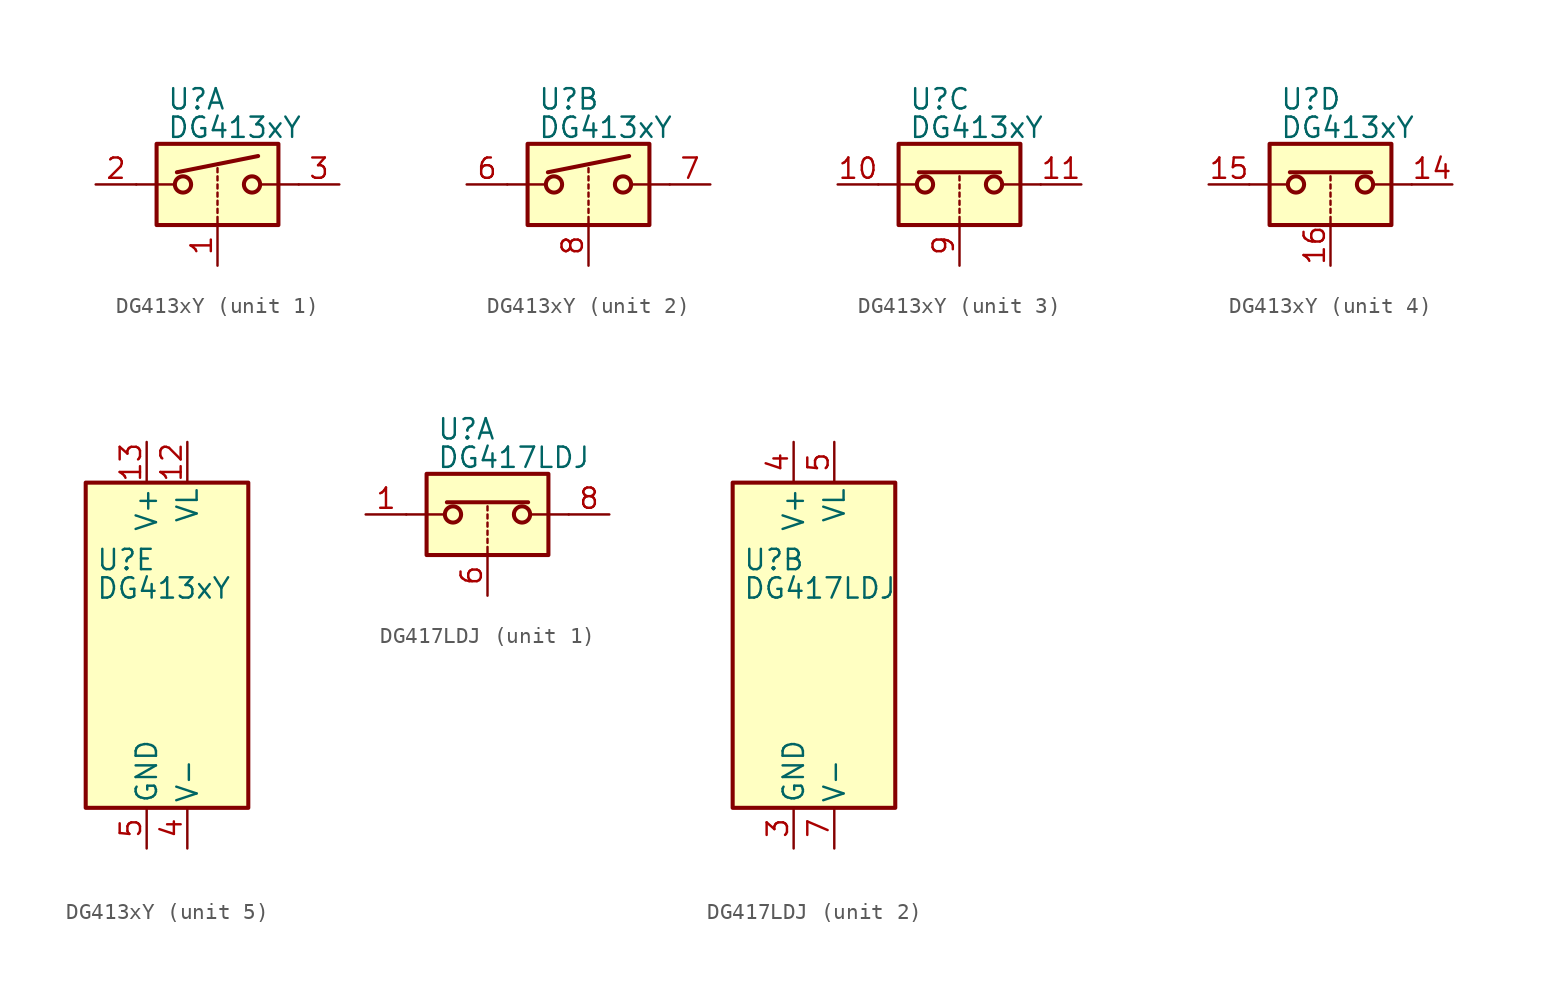
<source format=kicad_sym>
(kicad_symbol_lib
  (version 20200908)
  (generator kicad_symbol_editor)
  (symbol "Analog_Switch:DG413xY"
    (pin_names
      (offset 0.254))
    (property "Reference" "U"
      (at -3.175 5.334 0)
      (effects (font (size 1.27 1.27)) (justify left)))
    (property "Value" "DG413xY"
      (at -3.175 3.556 0)
      (effects (font (size 1.27 1.27)) (justify left)))
    (symbol "DG413xY_1_1"
      (circle (center -2.159 0) (radius 0.508) (stroke (width 0.254)) (fill (type none)))
      (circle (center 2.159 0) (radius 0.508) (stroke (width 0.254)) (fill (type none)))
      (rectangle (start -3.81 2.54) (end 3.81 -2.54) (stroke (width 0.254)) (fill (type background)))
      (polyline (pts (xy -5.08 0) (xy -2.794 0)) (stroke (width 0)) (fill (type none)))
      (polyline (pts (xy -2.54 0.762) (xy 2.54 1.778)) (stroke (width 0.254)) (fill (type none)))
      (polyline (pts (xy 0 -2.54) (xy 0 -2.032)) (stroke (width 0)) (fill (type none)))
      (polyline (pts (xy 0 -1.778) (xy 0 -1.524)) (stroke (width 0)) (fill (type none)))
      (polyline (pts (xy 0 -1.27) (xy 0 -1.016)) (stroke (width 0)) (fill (type none)))
      (polyline (pts (xy 0 -0.762) (xy 0 -0.508)) (stroke (width 0)) (fill (type none)))
      (polyline (pts (xy 0 -0.254) (xy 0 0)) (stroke (width 0)) (fill (type none)))
      (polyline (pts (xy 0 0.254) (xy 0 0.508)) (stroke (width 0)) (fill (type none)))
      (polyline (pts (xy 0 0.762) (xy 0 1.016)) (stroke (width 0)) (fill (type none)))
      (polyline (pts (xy 5.08 0) (xy 2.794 0)) (stroke (width 0)) (fill (type none)))
      (pin input line (at 0 -5.08 90) (length 2.54) (name "~" (effects (font (size 1.27 1.27)))) (number "1" (effects (font (size 1.27 1.27)))))
      (pin passive line (at -7.62 0 0) (length 2.54) (name "~" (effects (font (size 1.27 1.27)))) (number "2" (effects (font (size 1.27 1.27)))))
      (pin passive line (at 7.62 0 180) (length 2.54) (name "~" (effects (font (size 1.27 1.27)))) (number "3" (effects (font (size 1.27 1.27))))))
    (symbol "DG413xY_2_1"
      (circle (center -2.159 0) (radius 0.508) (stroke (width 0.254)) (fill (type none)))
      (circle (center 2.159 0) (radius 0.508) (stroke (width 0.254)) (fill (type none)))
      (rectangle (start -3.81 2.54) (end 3.81 -2.54) (stroke (width 0.254)) (fill (type background)))
      (polyline (pts (xy -5.08 0) (xy -2.794 0)) (stroke (width 0)) (fill (type none)))
      (polyline (pts (xy -2.54 0.762) (xy 2.54 1.778)) (stroke (width 0.254)) (fill (type none)))
      (polyline (pts (xy 0 -2.54) (xy 0 -2.032)) (stroke (width 0)) (fill (type none)))
      (polyline (pts (xy 0 -1.778) (xy 0 -1.524)) (stroke (width 0)) (fill (type none)))
      (polyline (pts (xy 0 -1.27) (xy 0 -1.016)) (stroke (width 0)) (fill (type none)))
      (polyline (pts (xy 0 -0.762) (xy 0 -0.508)) (stroke (width 0)) (fill (type none)))
      (polyline (pts (xy 0 -0.254) (xy 0 0)) (stroke (width 0)) (fill (type none)))
      (polyline (pts (xy 0 0.254) (xy 0 0.508)) (stroke (width 0)) (fill (type none)))
      (polyline (pts (xy 0 0.762) (xy 0 1.016)) (stroke (width 0)) (fill (type none)))
      (polyline (pts (xy 5.08 0) (xy 2.794 0)) (stroke (width 0)) (fill (type none)))
      (pin passive line (at -7.62 0 0) (length 2.54) (name "~" (effects (font (size 1.27 1.27)))) (number "6" (effects (font (size 1.27 1.27)))))
      (pin passive line (at 7.62 0 180) (length 2.54) (name "~" (effects (font (size 1.27 1.27)))) (number "7" (effects (font (size 1.27 1.27)))))
      (pin input line (at 0 -5.08 90) (length 2.54) (name "~" (effects (font (size 1.27 1.27)))) (number "8" (effects (font (size 1.27 1.27))))))
    (symbol "DG413xY_3_1"
      (circle (center -2.159 0) (radius 0.508) (stroke (width 0.254)) (fill (type none)))
      (circle (center 2.159 0) (radius 0.508) (stroke (width 0.254)) (fill (type none)))
      (rectangle (start -3.81 2.54) (end 3.81 -2.54) (stroke (width 0.254)) (fill (type background)))
      (polyline (pts (xy -5.08 0) (xy -2.794 0)) (stroke (width 0)) (fill (type none)))
      (polyline (pts (xy -2.54 0.762) (xy 2.54 0.762)) (stroke (width 0.254)) (fill (type none)))
      (polyline (pts (xy 0 -2.54) (xy 0 -2.032)) (stroke (width 0)) (fill (type none)))
      (polyline (pts (xy 0 -1.778) (xy 0 -1.524)) (stroke (width 0)) (fill (type none)))
      (polyline (pts (xy 0 -1.27) (xy 0 -1.016)) (stroke (width 0)) (fill (type none)))
      (polyline (pts (xy 0 -0.762) (xy 0 -0.508)) (stroke (width 0)) (fill (type none)))
      (polyline (pts (xy 0 -0.254) (xy 0 0)) (stroke (width 0)) (fill (type none)))
      (polyline (pts (xy 0 0.254) (xy 0 0.508)) (stroke (width 0)) (fill (type none)))
      (polyline (pts (xy 5.08 0) (xy 2.794 0)) (stroke (width 0)) (fill (type none)))
      (pin passive line (at -7.62 0 0) (length 2.54) (name "~" (effects (font (size 1.27 1.27)))) (number "10" (effects (font (size 1.27 1.27)))))
      (pin passive line (at 7.62 0 180) (length 2.54) (name "~" (effects (font (size 1.27 1.27)))) (number "11" (effects (font (size 1.27 1.27)))))
      (pin input line (at 0 -5.08 90) (length 2.54) (name "~" (effects (font (size 1.27 1.27)))) (number "9" (effects (font (size 1.27 1.27))))))
    (symbol "DG413xY_4_1"
      (circle (center -2.159 0) (radius 0.508) (stroke (width 0.254)) (fill (type none)))
      (circle (center 2.159 0) (radius 0.508) (stroke (width 0.254)) (fill (type none)))
      (rectangle (start -3.81 2.54) (end 3.81 -2.54) (stroke (width 0.254)) (fill (type background)))
      (polyline (pts (xy -5.08 0) (xy -2.794 0)) (stroke (width 0)) (fill (type none)))
      (polyline (pts (xy -2.54 0.762) (xy 2.54 0.762)) (stroke (width 0.254)) (fill (type none)))
      (polyline (pts (xy 0 -2.54) (xy 0 -2.032)) (stroke (width 0)) (fill (type none)))
      (polyline (pts (xy 0 -1.778) (xy 0 -1.524)) (stroke (width 0)) (fill (type none)))
      (polyline (pts (xy 0 -1.27) (xy 0 -1.016)) (stroke (width 0)) (fill (type none)))
      (polyline (pts (xy 0 -0.762) (xy 0 -0.508)) (stroke (width 0)) (fill (type none)))
      (polyline (pts (xy 0 -0.254) (xy 0 0)) (stroke (width 0)) (fill (type none)))
      (polyline (pts (xy 0 0.254) (xy 0 0.508)) (stroke (width 0)) (fill (type none)))
      (polyline (pts (xy 5.08 0) (xy 2.794 0)) (stroke (width 0)) (fill (type none)))
      (pin passive line (at 7.62 0 180) (length 2.54) (name "~" (effects (font (size 1.27 1.27)))) (number "14" (effects (font (size 1.27 1.27)))))
      (pin passive line (at -7.62 0 0) (length 2.54) (name "~" (effects (font (size 1.27 1.27)))) (number "15" (effects (font (size 1.27 1.27)))))
      (pin input line (at 0 -5.08 90) (length 2.54) (name "~" (effects (font (size 1.27 1.27)))) (number "16" (effects (font (size 1.27 1.27))))))
    (symbol "DG413xY_5_1"
      (rectangle (start -3.81 10.16) (end 6.35 -10.16) (stroke (width 0.254)) (fill (type background))))
    (symbol "DG413xY_5_0"
      (pin power_in line (at 2.54 12.7 270) (length 2.54) (name "VL" (effects (font (size 1.27 1.27)))) (number "12" (effects (font (size 1.27 1.27)))))
      (pin power_in line (at 0 12.7 270) (length 2.54) (name "V+" (effects (font (size 1.27 1.27)))) (number "13" (effects (font (size 1.27 1.27)))))
      (pin power_in line (at 2.54 -12.7 90) (length 2.54) (name "V-" (effects (font (size 1.27 1.27)))) (number "4" (effects (font (size 1.27 1.27)))))
      (pin power_in line (at 0 -12.7 90) (length 2.54) (name "GND" (effects (font (size 1.27 1.27)))) (number "5" (effects (font (size 1.27 1.27)))))))
  (symbol "Analog_Switch:DG417LDJ"
    (pin_names
      (offset 0.254))
    (property "Reference" "U"
      (at -3.175 5.334 0)
      (effects (font (size 1.27 1.27)) (justify left)))
    (property "Value" "DG417LDJ"
      (at -3.175 3.556 0)
      (effects (font (size 1.27 1.27)) (justify left)))
    (symbol "DG417LDJ_1_1"
      (circle (center -2.159 0) (radius 0.508) (stroke (width 0.254)) (fill (type none)))
      (circle (center 2.159 0) (radius 0.508) (stroke (width 0.254)) (fill (type none)))
      (rectangle (start -3.81 2.54) (end 3.81 -2.54) (stroke (width 0.254)) (fill (type background)))
      (polyline (pts (xy -5.08 0) (xy -2.794 0)) (stroke (width 0)) (fill (type none)))
      (polyline (pts (xy -2.54 0.762) (xy 2.54 0.762)) (stroke (width 0.254)) (fill (type none)))
      (polyline (pts (xy 0 -2.54) (xy 0 -2.032)) (stroke (width 0)) (fill (type none)))
      (polyline (pts (xy 0 -1.778) (xy 0 -1.524)) (stroke (width 0)) (fill (type none)))
      (polyline (pts (xy 0 -1.27) (xy 0 -1.016)) (stroke (width 0)) (fill (type none)))
      (polyline (pts (xy 0 -0.762) (xy 0 -0.508)) (stroke (width 0)) (fill (type none)))
      (polyline (pts (xy 0 -0.254) (xy 0 0)) (stroke (width 0)) (fill (type none)))
      (polyline (pts (xy 0 0.254) (xy 0 0.508)) (stroke (width 0)) (fill (type none)))
      (polyline (pts (xy 5.08 0) (xy 2.794 0)) (stroke (width 0)) (fill (type none)))
      (pin passive line (at -7.62 0 0) (length 2.54) (name "~" (effects (font (size 1.27 1.27)))) (number "1" (effects (font (size 1.27 1.27)))))
      (pin input line (at 0 -5.08 90) (length 2.54) (name "~" (effects (font (size 1.27 1.27)))) (number "6" (effects (font (size 1.27 1.27)))))
      (pin passive line (at 7.62 0 180) (length 2.54) (name "~" (effects (font (size 1.27 1.27)))) (number "8" (effects (font (size 1.27 1.27))))))
    (symbol "DG417LDJ_2_1"
      (rectangle (start -3.81 10.16) (end 6.35 -10.16) (stroke (width 0.254)) (fill (type background))))
    (symbol "DG417LDJ_2_0"
      (pin unconnected line (at -2.54 10.16 270) (length 2.54) hide (name "NC" (effects (font (size 1.27 1.27)))) (number "2" (effects (font (size 1.27 1.27)))))
      (pin power_in line (at 0 -12.7 90) (length 2.54) (name "GND" (effects (font (size 1.27 1.27)))) (number "3" (effects (font (size 1.27 1.27)))))
      (pin power_in line (at 0 12.7 270) (length 2.54) (name "V+" (effects (font (size 1.27 1.27)))) (number "4" (effects (font (size 1.27 1.27)))))
      (pin power_in line (at 2.54 12.7 270) (length 2.54) (name "VL" (effects (font (size 1.27 1.27)))) (number "5" (effects (font (size 1.27 1.27)))))
      (pin power_in line (at 2.54 -12.7 90) (length 2.54) (name "V-" (effects (font (size 1.27 1.27)))) (number "7" (effects (font (size 1.27 1.27))))))))
</source>
